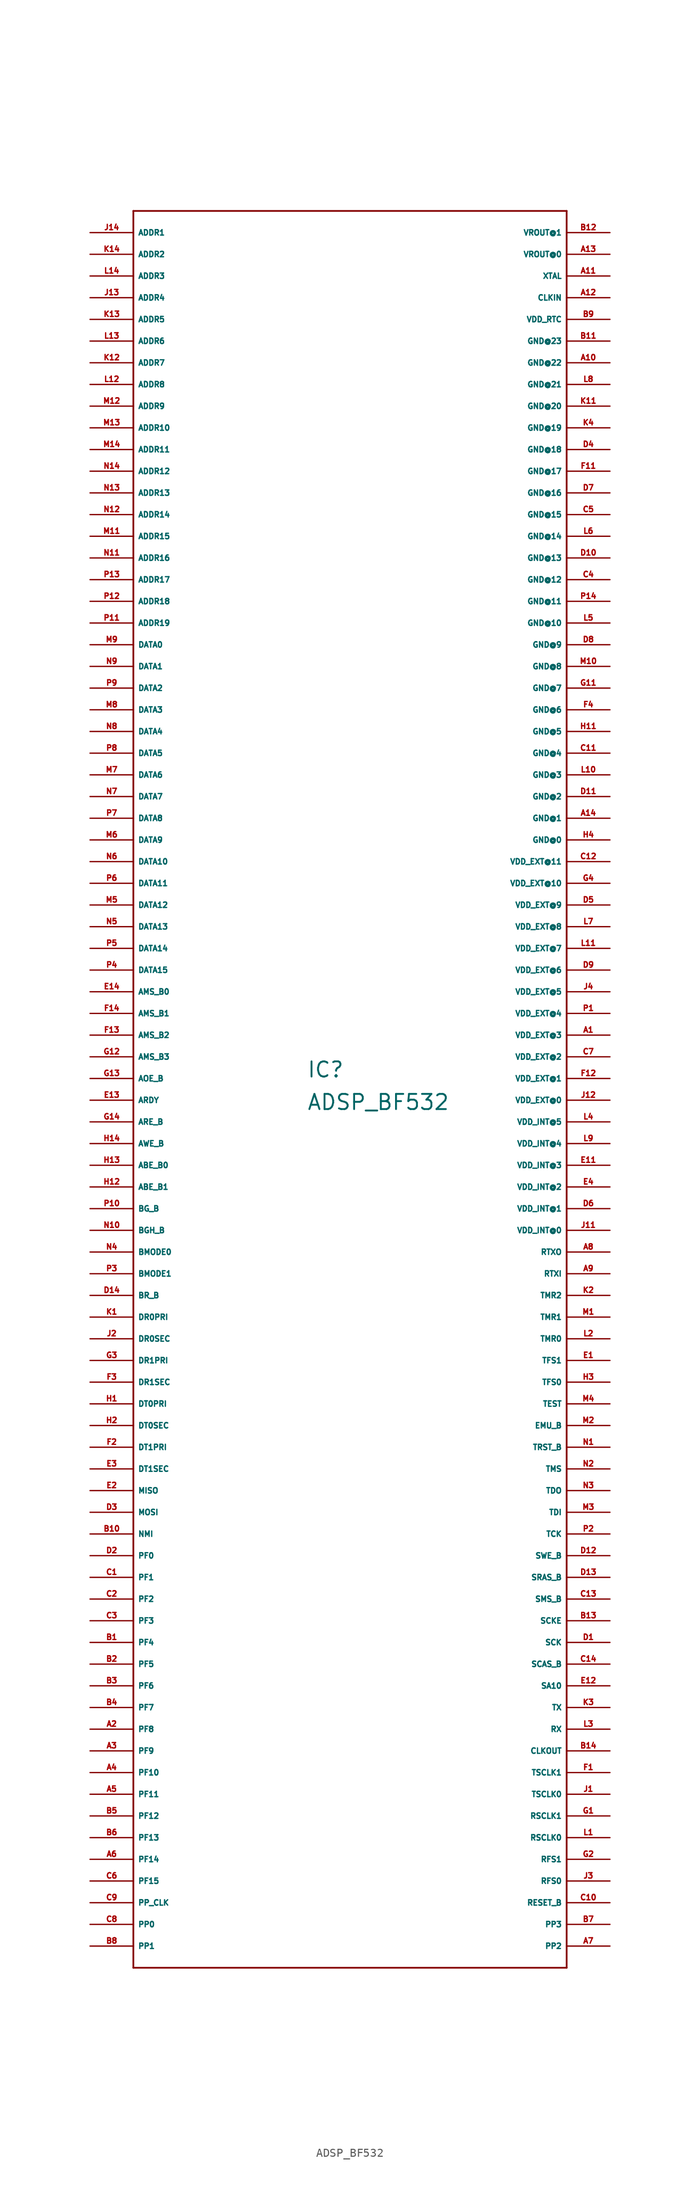
<source format=kicad_sym>
(kicad_symbol_lib
  (version 20220914)
  (generator Eagle2Kicad)
  (symbol "ADSP_BF532"
    (property "Reference" "IC"
      (at 25.4 104.14 0)
      (effects (font (size 1.778 1.778) (thickness 0.22)) (justify left bottom)))
    (property "Value" "ADSP_BF532"
      (at 25.4 100.33 0)
      (effects (font (size 1.778 1.778) (thickness 0.22)) (justify left bottom)))
    (polyline
      (pts (xy 5.08 0) (xy 55.88 0))
      (stroke (width 0.203) (type default))
      (fill (type none)))
    (polyline
      (pts (xy 55.88 0) (xy 55.88 205.74))
      (stroke (width 0.203) (type default))
      (fill (type none)))
    (polyline
      (pts (xy 55.88 205.74) (xy 5.08 205.74))
      (stroke (width 0.203) (type default))
      (fill (type none)))
    (polyline
      (pts (xy 5.08 205.74) (xy 5.08 0))
      (stroke (width 0.203) (type default))
      (fill (type none)))
    (pin output line
      (at 0 203.2 0)
      (length 5.08)
      (name "ADDR1" (effects (font (size 0.635 0.635) (thickness 0.08)) (justify left bottom)))
      (number "J14" (effects (font (size 0.635 0.635) (thickness 0.08)) (justify left bottom))))
    (pin output line
      (at 0 200.66 0)
      (length 5.08)
      (name "ADDR2" (effects (font (size 0.635 0.635) (thickness 0.08)) (justify left bottom)))
      (number "K14" (effects (font (size 0.635 0.635) (thickness 0.08)) (justify left bottom))))
    (pin output line
      (at 0 198.12 0)
      (length 5.08)
      (name "ADDR3" (effects (font (size 0.635 0.635) (thickness 0.08)) (justify left bottom)))
      (number "L14" (effects (font (size 0.635 0.635) (thickness 0.08)) (justify left bottom))))
    (pin output line
      (at 0 195.58 0)
      (length 5.08)
      (name "ADDR4" (effects (font (size 0.635 0.635) (thickness 0.08)) (justify left bottom)))
      (number "J13" (effects (font (size 0.635 0.635) (thickness 0.08)) (justify left bottom))))
    (pin output line
      (at 0 193.04 0)
      (length 5.08)
      (name "ADDR5" (effects (font (size 0.635 0.635) (thickness 0.08)) (justify left bottom)))
      (number "K13" (effects (font (size 0.635 0.635) (thickness 0.08)) (justify left bottom))))
    (pin output line
      (at 0 190.5 0)
      (length 5.08)
      (name "ADDR6" (effects (font (size 0.635 0.635) (thickness 0.08)) (justify left bottom)))
      (number "L13" (effects (font (size 0.635 0.635) (thickness 0.08)) (justify left bottom))))
    (pin output line
      (at 0 187.96 0)
      (length 5.08)
      (name "ADDR7" (effects (font (size 0.635 0.635) (thickness 0.08)) (justify left bottom)))
      (number "K12" (effects (font (size 0.635 0.635) (thickness 0.08)) (justify left bottom))))
    (pin output line
      (at 0 185.42 0)
      (length 5.08)
      (name "ADDR8" (effects (font (size 0.635 0.635) (thickness 0.08)) (justify left bottom)))
      (number "L12" (effects (font (size 0.635 0.635) (thickness 0.08)) (justify left bottom))))
    (pin output line
      (at 0 182.88 0)
      (length 5.08)
      (name "ADDR9" (effects (font (size 0.635 0.635) (thickness 0.08)) (justify left bottom)))
      (number "M12" (effects (font (size 0.635 0.635) (thickness 0.08)) (justify left bottom))))
    (pin output line
      (at 0 180.34 0)
      (length 5.08)
      (name "ADDR10" (effects (font (size 0.635 0.635) (thickness 0.08)) (justify left bottom)))
      (number "M13" (effects (font (size 0.635 0.635) (thickness 0.08)) (justify left bottom))))
    (pin output line
      (at 0 177.8 0)
      (length 5.08)
      (name "ADDR11" (effects (font (size 0.635 0.635) (thickness 0.08)) (justify left bottom)))
      (number "M14" (effects (font (size 0.635 0.635) (thickness 0.08)) (justify left bottom))))
    (pin output line
      (at 0 175.26 0)
      (length 5.08)
      (name "ADDR12" (effects (font (size 0.635 0.635) (thickness 0.08)) (justify left bottom)))
      (number "N14" (effects (font (size 0.635 0.635) (thickness 0.08)) (justify left bottom))))
    (pin output line
      (at 0 172.72 0)
      (length 5.08)
      (name "ADDR13" (effects (font (size 0.635 0.635) (thickness 0.08)) (justify left bottom)))
      (number "N13" (effects (font (size 0.635 0.635) (thickness 0.08)) (justify left bottom))))
    (pin output line
      (at 0 170.18 0)
      (length 5.08)
      (name "ADDR14" (effects (font (size 0.635 0.635) (thickness 0.08)) (justify left bottom)))
      (number "N12" (effects (font (size 0.635 0.635) (thickness 0.08)) (justify left bottom))))
    (pin output line
      (at 0 167.64 0)
      (length 5.08)
      (name "ADDR15" (effects (font (size 0.635 0.635) (thickness 0.08)) (justify left bottom)))
      (number "M11" (effects (font (size 0.635 0.635) (thickness 0.08)) (justify left bottom))))
    (pin output line
      (at 0 165.1 0)
      (length 5.08)
      (name "ADDR16" (effects (font (size 0.635 0.635) (thickness 0.08)) (justify left bottom)))
      (number "N11" (effects (font (size 0.635 0.635) (thickness 0.08)) (justify left bottom))))
    (pin output line
      (at 0 162.56 0)
      (length 5.08)
      (name "ADDR17" (effects (font (size 0.635 0.635) (thickness 0.08)) (justify left bottom)))
      (number "P13" (effects (font (size 0.635 0.635) (thickness 0.08)) (justify left bottom))))
    (pin output line
      (at 0 160.02 0)
      (length 5.08)
      (name "ADDR18" (effects (font (size 0.635 0.635) (thickness 0.08)) (justify left bottom)))
      (number "P12" (effects (font (size 0.635 0.635) (thickness 0.08)) (justify left bottom))))
    (pin output line
      (at 0 157.48 0)
      (length 5.08)
      (name "ADDR19" (effects (font (size 0.635 0.635) (thickness 0.08)) (justify left bottom)))
      (number "P11" (effects (font (size 0.635 0.635) (thickness 0.08)) (justify left bottom))))
    (pin bidirectional line
      (at 0 154.94 0)
      (length 5.08)
      (name "DATA0" (effects (font (size 0.635 0.635) (thickness 0.08)) (justify left bottom)))
      (number "M9" (effects (font (size 0.635 0.635) (thickness 0.08)) (justify left bottom))))
    (pin bidirectional line
      (at 0 152.4 0)
      (length 5.08)
      (name "DATA1" (effects (font (size 0.635 0.635) (thickness 0.08)) (justify left bottom)))
      (number "N9" (effects (font (size 0.635 0.635) (thickness 0.08)) (justify left bottom))))
    (pin bidirectional line
      (at 0 149.86 0)
      (length 5.08)
      (name "DATA2" (effects (font (size 0.635 0.635) (thickness 0.08)) (justify left bottom)))
      (number "P9" (effects (font (size 0.635 0.635) (thickness 0.08)) (justify left bottom))))
    (pin bidirectional line
      (at 0 147.32 0)
      (length 5.08)
      (name "DATA3" (effects (font (size 0.635 0.635) (thickness 0.08)) (justify left bottom)))
      (number "M8" (effects (font (size 0.635 0.635) (thickness 0.08)) (justify left bottom))))
    (pin bidirectional line
      (at 0 144.78 0)
      (length 5.08)
      (name "DATA4" (effects (font (size 0.635 0.635) (thickness 0.08)) (justify left bottom)))
      (number "N8" (effects (font (size 0.635 0.635) (thickness 0.08)) (justify left bottom))))
    (pin bidirectional line
      (at 0 142.24 0)
      (length 5.08)
      (name "DATA5" (effects (font (size 0.635 0.635) (thickness 0.08)) (justify left bottom)))
      (number "P8" (effects (font (size 0.635 0.635) (thickness 0.08)) (justify left bottom))))
    (pin bidirectional line
      (at 0 139.7 0)
      (length 5.08)
      (name "DATA6" (effects (font (size 0.635 0.635) (thickness 0.08)) (justify left bottom)))
      (number "M7" (effects (font (size 0.635 0.635) (thickness 0.08)) (justify left bottom))))
    (pin bidirectional line
      (at 0 137.16 0)
      (length 5.08)
      (name "DATA7" (effects (font (size 0.635 0.635) (thickness 0.08)) (justify left bottom)))
      (number "N7" (effects (font (size 0.635 0.635) (thickness 0.08)) (justify left bottom))))
    (pin bidirectional line
      (at 0 134.62 0)
      (length 5.08)
      (name "DATA8" (effects (font (size 0.635 0.635) (thickness 0.08)) (justify left bottom)))
      (number "P7" (effects (font (size 0.635 0.635) (thickness 0.08)) (justify left bottom))))
    (pin bidirectional line
      (at 0 132.08 0)
      (length 5.08)
      (name "DATA9" (effects (font (size 0.635 0.635) (thickness 0.08)) (justify left bottom)))
      (number "M6" (effects (font (size 0.635 0.635) (thickness 0.08)) (justify left bottom))))
    (pin bidirectional line
      (at 0 129.54 0)
      (length 5.08)
      (name "DATA10" (effects (font (size 0.635 0.635) (thickness 0.08)) (justify left bottom)))
      (number "N6" (effects (font (size 0.635 0.635) (thickness 0.08)) (justify left bottom))))
    (pin bidirectional line
      (at 0 127 0)
      (length 5.08)
      (name "DATA11" (effects (font (size 0.635 0.635) (thickness 0.08)) (justify left bottom)))
      (number "P6" (effects (font (size 0.635 0.635) (thickness 0.08)) (justify left bottom))))
    (pin bidirectional line
      (at 0 124.46 0)
      (length 5.08)
      (name "DATA12" (effects (font (size 0.635 0.635) (thickness 0.08)) (justify left bottom)))
      (number "M5" (effects (font (size 0.635 0.635) (thickness 0.08)) (justify left bottom))))
    (pin bidirectional line
      (at 0 121.92 0)
      (length 5.08)
      (name "DATA13" (effects (font (size 0.635 0.635) (thickness 0.08)) (justify left bottom)))
      (number "N5" (effects (font (size 0.635 0.635) (thickness 0.08)) (justify left bottom))))
    (pin bidirectional line
      (at 0 119.38 0)
      (length 5.08)
      (name "DATA14" (effects (font (size 0.635 0.635) (thickness 0.08)) (justify left bottom)))
      (number "P5" (effects (font (size 0.635 0.635) (thickness 0.08)) (justify left bottom))))
    (pin bidirectional line
      (at 0 116.84 0)
      (length 5.08)
      (name "DATA15" (effects (font (size 0.635 0.635) (thickness 0.08)) (justify left bottom)))
      (number "P4" (effects (font (size 0.635 0.635) (thickness 0.08)) (justify left bottom))))
    (pin output line
      (at 0 114.3 0)
      (length 5.08)
      (name "AMS_B0" (effects (font (size 0.635 0.635) (thickness 0.08)) (justify left bottom)))
      (number "E14" (effects (font (size 0.635 0.635) (thickness 0.08)) (justify left bottom))))
    (pin output line
      (at 0 111.76 0)
      (length 5.08)
      (name "AMS_B1" (effects (font (size 0.635 0.635) (thickness 0.08)) (justify left bottom)))
      (number "F14" (effects (font (size 0.635 0.635) (thickness 0.08)) (justify left bottom))))
    (pin output line
      (at 0 109.22 0)
      (length 5.08)
      (name "AMS_B2" (effects (font (size 0.635 0.635) (thickness 0.08)) (justify left bottom)))
      (number "F13" (effects (font (size 0.635 0.635) (thickness 0.08)) (justify left bottom))))
    (pin output line
      (at 0 106.68 0)
      (length 5.08)
      (name "AMS_B3" (effects (font (size 0.635 0.635) (thickness 0.08)) (justify left bottom)))
      (number "G12" (effects (font (size 0.635 0.635) (thickness 0.08)) (justify left bottom))))
    (pin output line
      (at 0 104.14 0)
      (length 5.08)
      (name "AOE_B" (effects (font (size 0.635 0.635) (thickness 0.08)) (justify left bottom)))
      (number "G13" (effects (font (size 0.635 0.635) (thickness 0.08)) (justify left bottom))))
    (pin input line
      (at 0 101.6 0)
      (length 5.08)
      (name "ARDY" (effects (font (size 0.635 0.635) (thickness 0.08)) (justify left bottom)))
      (number "E13" (effects (font (size 0.635 0.635) (thickness 0.08)) (justify left bottom))))
    (pin output line
      (at 0 99.06 0)
      (length 5.08)
      (name "ARE_B" (effects (font (size 0.635 0.635) (thickness 0.08)) (justify left bottom)))
      (number "G14" (effects (font (size 0.635 0.635) (thickness 0.08)) (justify left bottom))))
    (pin output line
      (at 0 96.52 0)
      (length 5.08)
      (name "AWE_B" (effects (font (size 0.635 0.635) (thickness 0.08)) (justify left bottom)))
      (number "H14" (effects (font (size 0.635 0.635) (thickness 0.08)) (justify left bottom))))
    (pin output line
      (at 0 93.98 0)
      (length 5.08)
      (name "ABE_B0" (effects (font (size 0.635 0.635) (thickness 0.08)) (justify left bottom)))
      (number "H13" (effects (font (size 0.635 0.635) (thickness 0.08)) (justify left bottom))))
    (pin output line
      (at 0 91.44 0)
      (length 5.08)
      (name "ABE_B1" (effects (font (size 0.635 0.635) (thickness 0.08)) (justify left bottom)))
      (number "H12" (effects (font (size 0.635 0.635) (thickness 0.08)) (justify left bottom))))
    (pin tri_state line
      (at 0 88.9 0)
      (length 5.08)
      (name "BG_B" (effects (font (size 0.635 0.635) (thickness 0.08)) (justify left bottom)))
      (number "P10" (effects (font (size 0.635 0.635) (thickness 0.08)) (justify left bottom))))
    (pin tri_state line
      (at 0 86.36 0)
      (length 5.08)
      (name "BGH_B" (effects (font (size 0.635 0.635) (thickness 0.08)) (justify left bottom)))
      (number "N10" (effects (font (size 0.635 0.635) (thickness 0.08)) (justify left bottom))))
    (pin input line
      (at 0 83.82 0)
      (length 5.08)
      (name "BMODE0" (effects (font (size 0.635 0.635) (thickness 0.08)) (justify left bottom)))
      (number "N4" (effects (font (size 0.635 0.635) (thickness 0.08)) (justify left bottom))))
    (pin input line
      (at 0 81.28 0)
      (length 5.08)
      (name "BMODE1" (effects (font (size 0.635 0.635) (thickness 0.08)) (justify left bottom)))
      (number "P3" (effects (font (size 0.635 0.635) (thickness 0.08)) (justify left bottom))))
    (pin input line
      (at 0 78.74 0)
      (length 5.08)
      (name "BR_B" (effects (font (size 0.635 0.635) (thickness 0.08)) (justify left bottom)))
      (number "D14" (effects (font (size 0.635 0.635) (thickness 0.08)) (justify left bottom))))
    (pin input line
      (at 0 76.2 0)
      (length 5.08)
      (name "DR0PRI" (effects (font (size 0.635 0.635) (thickness 0.08)) (justify left bottom)))
      (number "K1" (effects (font (size 0.635 0.635) (thickness 0.08)) (justify left bottom))))
    (pin input line
      (at 0 73.66 0)
      (length 5.08)
      (name "DR0SEC" (effects (font (size 0.635 0.635) (thickness 0.08)) (justify left bottom)))
      (number "J2" (effects (font (size 0.635 0.635) (thickness 0.08)) (justify left bottom))))
    (pin input line
      (at 0 71.12 0)
      (length 5.08)
      (name "DR1PRI" (effects (font (size 0.635 0.635) (thickness 0.08)) (justify left bottom)))
      (number "G3" (effects (font (size 0.635 0.635) (thickness 0.08)) (justify left bottom))))
    (pin input line
      (at 0 68.58 0)
      (length 5.08)
      (name "DR1SEC" (effects (font (size 0.635 0.635) (thickness 0.08)) (justify left bottom)))
      (number "F3" (effects (font (size 0.635 0.635) (thickness 0.08)) (justify left bottom))))
    (pin output line
      (at 0 66.04 0)
      (length 5.08)
      (name "DT0PRI" (effects (font (size 0.635 0.635) (thickness 0.08)) (justify left bottom)))
      (number "H1" (effects (font (size 0.635 0.635) (thickness 0.08)) (justify left bottom))))
    (pin output line
      (at 0 63.5 0)
      (length 5.08)
      (name "DT0SEC" (effects (font (size 0.635 0.635) (thickness 0.08)) (justify left bottom)))
      (number "H2" (effects (font (size 0.635 0.635) (thickness 0.08)) (justify left bottom))))
    (pin output line
      (at 0 60.96 0)
      (length 5.08)
      (name "DT1PRI" (effects (font (size 0.635 0.635) (thickness 0.08)) (justify left bottom)))
      (number "F2" (effects (font (size 0.635 0.635) (thickness 0.08)) (justify left bottom))))
    (pin output line
      (at 0 58.42 0)
      (length 5.08)
      (name "DT1SEC" (effects (font (size 0.635 0.635) (thickness 0.08)) (justify left bottom)))
      (number "E3" (effects (font (size 0.635 0.635) (thickness 0.08)) (justify left bottom))))
    (pin bidirectional line
      (at 0 55.88 0)
      (length 5.08)
      (name "MISO" (effects (font (size 0.635 0.635) (thickness 0.08)) (justify left bottom)))
      (number "E2" (effects (font (size 0.635 0.635) (thickness 0.08)) (justify left bottom))))
    (pin bidirectional line
      (at 0 53.34 0)
      (length 5.08)
      (name "MOSI" (effects (font (size 0.635 0.635) (thickness 0.08)) (justify left bottom)))
      (number "D3" (effects (font (size 0.635 0.635) (thickness 0.08)) (justify left bottom))))
    (pin input line
      (at 0 50.8 0)
      (length 5.08)
      (name "NMI" (effects (font (size 0.635 0.635) (thickness 0.08)) (justify left bottom)))
      (number "B10" (effects (font (size 0.635 0.635) (thickness 0.08)) (justify left bottom))))
    (pin bidirectional line
      (at 0 48.26 0)
      (length 5.08)
      (name "PF0" (effects (font (size 0.635 0.635) (thickness 0.08)) (justify left bottom)))
      (number "D2" (effects (font (size 0.635 0.635) (thickness 0.08)) (justify left bottom))))
    (pin bidirectional line
      (at 0 45.72 0)
      (length 5.08)
      (name "PF1" (effects (font (size 0.635 0.635) (thickness 0.08)) (justify left bottom)))
      (number "C1" (effects (font (size 0.635 0.635) (thickness 0.08)) (justify left bottom))))
    (pin bidirectional line
      (at 0 43.18 0)
      (length 5.08)
      (name "PF2" (effects (font (size 0.635 0.635) (thickness 0.08)) (justify left bottom)))
      (number "C2" (effects (font (size 0.635 0.635) (thickness 0.08)) (justify left bottom))))
    (pin bidirectional line
      (at 0 40.64 0)
      (length 5.08)
      (name "PF3" (effects (font (size 0.635 0.635) (thickness 0.08)) (justify left bottom)))
      (number "C3" (effects (font (size 0.635 0.635) (thickness 0.08)) (justify left bottom))))
    (pin bidirectional line
      (at 0 38.1 0)
      (length 5.08)
      (name "PF4" (effects (font (size 0.635 0.635) (thickness 0.08)) (justify left bottom)))
      (number "B1" (effects (font (size 0.635 0.635) (thickness 0.08)) (justify left bottom))))
    (pin bidirectional line
      (at 0 35.56 0)
      (length 5.08)
      (name "PF5" (effects (font (size 0.635 0.635) (thickness 0.08)) (justify left bottom)))
      (number "B2" (effects (font (size 0.635 0.635) (thickness 0.08)) (justify left bottom))))
    (pin bidirectional line
      (at 0 33.02 0)
      (length 5.08)
      (name "PF6" (effects (font (size 0.635 0.635) (thickness 0.08)) (justify left bottom)))
      (number "B3" (effects (font (size 0.635 0.635) (thickness 0.08)) (justify left bottom))))
    (pin bidirectional line
      (at 0 30.48 0)
      (length 5.08)
      (name "PF7" (effects (font (size 0.635 0.635) (thickness 0.08)) (justify left bottom)))
      (number "B4" (effects (font (size 0.635 0.635) (thickness 0.08)) (justify left bottom))))
    (pin bidirectional line
      (at 0 27.94 0)
      (length 5.08)
      (name "PF8" (effects (font (size 0.635 0.635) (thickness 0.08)) (justify left bottom)))
      (number "A2" (effects (font (size 0.635 0.635) (thickness 0.08)) (justify left bottom))))
    (pin bidirectional line
      (at 0 25.4 0)
      (length 5.08)
      (name "PF9" (effects (font (size 0.635 0.635) (thickness 0.08)) (justify left bottom)))
      (number "A3" (effects (font (size 0.635 0.635) (thickness 0.08)) (justify left bottom))))
    (pin bidirectional line
      (at 0 22.86 0)
      (length 5.08)
      (name "PF10" (effects (font (size 0.635 0.635) (thickness 0.08)) (justify left bottom)))
      (number "A4" (effects (font (size 0.635 0.635) (thickness 0.08)) (justify left bottom))))
    (pin bidirectional line
      (at 0 20.32 0)
      (length 5.08)
      (name "PF11" (effects (font (size 0.635 0.635) (thickness 0.08)) (justify left bottom)))
      (number "A5" (effects (font (size 0.635 0.635) (thickness 0.08)) (justify left bottom))))
    (pin bidirectional line
      (at 0 17.78 0)
      (length 5.08)
      (name "PF12" (effects (font (size 0.635 0.635) (thickness 0.08)) (justify left bottom)))
      (number "B5" (effects (font (size 0.635 0.635) (thickness 0.08)) (justify left bottom))))
    (pin bidirectional line
      (at 0 15.24 0)
      (length 5.08)
      (name "PF13" (effects (font (size 0.635 0.635) (thickness 0.08)) (justify left bottom)))
      (number "B6" (effects (font (size 0.635 0.635) (thickness 0.08)) (justify left bottom))))
    (pin bidirectional line
      (at 0 12.7 0)
      (length 5.08)
      (name "PF14" (effects (font (size 0.635 0.635) (thickness 0.08)) (justify left bottom)))
      (number "A6" (effects (font (size 0.635 0.635) (thickness 0.08)) (justify left bottom))))
    (pin bidirectional line
      (at 0 10.16 0)
      (length 5.08)
      (name "PF15" (effects (font (size 0.635 0.635) (thickness 0.08)) (justify left bottom)))
      (number "C6" (effects (font (size 0.635 0.635) (thickness 0.08)) (justify left bottom))))
    (pin input line
      (at 0 7.62 0)
      (length 5.08)
      (name "PP_CLK" (effects (font (size 0.635 0.635) (thickness 0.08)) (justify left bottom)))
      (number "C9" (effects (font (size 0.635 0.635) (thickness 0.08)) (justify left bottom))))
    (pin bidirectional line
      (at 0 5.08 0)
      (length 5.08)
      (name "PP0" (effects (font (size 0.635 0.635) (thickness 0.08)) (justify left bottom)))
      (number "C8" (effects (font (size 0.635 0.635) (thickness 0.08)) (justify left bottom))))
    (pin bidirectional line
      (at 0 2.54 0)
      (length 5.08)
      (name "PP1" (effects (font (size 0.635 0.635) (thickness 0.08)) (justify left bottom)))
      (number "B8" (effects (font (size 0.635 0.635) (thickness 0.08)) (justify left bottom))))
    (pin bidirectional line
      (at 60.96 2.54 180)
      (length 5.08)
      (name "PP2" (effects (font (size 0.635 0.635) (thickness 0.08)) (justify left bottom)))
      (number "A7" (effects (font (size 0.635 0.635) (thickness 0.08)) (justify left bottom))))
    (pin bidirectional line
      (at 60.96 5.08 180)
      (length 5.08)
      (name "PP3" (effects (font (size 0.635 0.635) (thickness 0.08)) (justify left bottom)))
      (number "B7" (effects (font (size 0.635 0.635) (thickness 0.08)) (justify left bottom))))
    (pin input line
      (at 60.96 7.62 180)
      (length 5.08)
      (name "RESET_B" (effects (font (size 0.635 0.635) (thickness 0.08)) (justify left bottom)))
      (number "C10" (effects (font (size 0.635 0.635) (thickness 0.08)) (justify left bottom))))
    (pin bidirectional line
      (at 60.96 10.16 180)
      (length 5.08)
      (name "RFS0" (effects (font (size 0.635 0.635) (thickness 0.08)) (justify left bottom)))
      (number "J3" (effects (font (size 0.635 0.635) (thickness 0.08)) (justify left bottom))))
    (pin bidirectional line
      (at 60.96 12.7 180)
      (length 5.08)
      (name "RFS1" (effects (font (size 0.635 0.635) (thickness 0.08)) (justify left bottom)))
      (number "G2" (effects (font (size 0.635 0.635) (thickness 0.08)) (justify left bottom))))
    (pin bidirectional line
      (at 60.96 15.24 180)
      (length 5.08)
      (name "RSCLK0" (effects (font (size 0.635 0.635) (thickness 0.08)) (justify left bottom)))
      (number "L1" (effects (font (size 0.635 0.635) (thickness 0.08)) (justify left bottom))))
    (pin bidirectional line
      (at 60.96 17.78 180)
      (length 5.08)
      (name "RSCLK1" (effects (font (size 0.635 0.635) (thickness 0.08)) (justify left bottom)))
      (number "G1" (effects (font (size 0.635 0.635) (thickness 0.08)) (justify left bottom))))
    (pin bidirectional line
      (at 60.96 20.32 180)
      (length 5.08)
      (name "TSCLK0" (effects (font (size 0.635 0.635) (thickness 0.08)) (justify left bottom)))
      (number "J1" (effects (font (size 0.635 0.635) (thickness 0.08)) (justify left bottom))))
    (pin bidirectional line
      (at 60.96 22.86 180)
      (length 5.08)
      (name "TSCLK1" (effects (font (size 0.635 0.635) (thickness 0.08)) (justify left bottom)))
      (number "F1" (effects (font (size 0.635 0.635) (thickness 0.08)) (justify left bottom))))
    (pin output line
      (at 60.96 25.4 180)
      (length 5.08)
      (name "CLKOUT" (effects (font (size 0.635 0.635) (thickness 0.08)) (justify left bottom)))
      (number "B14" (effects (font (size 0.635 0.635) (thickness 0.08)) (justify left bottom))))
    (pin input line
      (at 60.96 27.94 180)
      (length 5.08)
      (name "RX" (effects (font (size 0.635 0.635) (thickness 0.08)) (justify left bottom)))
      (number "L3" (effects (font (size 0.635 0.635) (thickness 0.08)) (justify left bottom))))
    (pin tri_state line
      (at 60.96 30.48 180)
      (length 5.08)
      (name "TX" (effects (font (size 0.635 0.635) (thickness 0.08)) (justify left bottom)))
      (number "K3" (effects (font (size 0.635 0.635) (thickness 0.08)) (justify left bottom))))
    (pin output line
      (at 60.96 33.02 180)
      (length 5.08)
      (name "SA10" (effects (font (size 0.635 0.635) (thickness 0.08)) (justify left bottom)))
      (number "E12" (effects (font (size 0.635 0.635) (thickness 0.08)) (justify left bottom))))
    (pin output line
      (at 60.96 35.56 180)
      (length 5.08)
      (name "SCAS_B" (effects (font (size 0.635 0.635) (thickness 0.08)) (justify left bottom)))
      (number "C14" (effects (font (size 0.635 0.635) (thickness 0.08)) (justify left bottom))))
    (pin bidirectional line
      (at 60.96 38.1 180)
      (length 5.08)
      (name "SCK" (effects (font (size 0.635 0.635) (thickness 0.08)) (justify left bottom)))
      (number "D1" (effects (font (size 0.635 0.635) (thickness 0.08)) (justify left bottom))))
    (pin output line
      (at 60.96 40.64 180)
      (length 5.08)
      (name "SCKE" (effects (font (size 0.635 0.635) (thickness 0.08)) (justify left bottom)))
      (number "B13" (effects (font (size 0.635 0.635) (thickness 0.08)) (justify left bottom))))
    (pin output line
      (at 60.96 43.18 180)
      (length 5.08)
      (name "SMS_B" (effects (font (size 0.635 0.635) (thickness 0.08)) (justify left bottom)))
      (number "C13" (effects (font (size 0.635 0.635) (thickness 0.08)) (justify left bottom))))
    (pin output line
      (at 60.96 45.72 180)
      (length 5.08)
      (name "SRAS_B" (effects (font (size 0.635 0.635) (thickness 0.08)) (justify left bottom)))
      (number "D13" (effects (font (size 0.635 0.635) (thickness 0.08)) (justify left bottom))))
    (pin output line
      (at 60.96 48.26 180)
      (length 5.08)
      (name "SWE_B" (effects (font (size 0.635 0.635) (thickness 0.08)) (justify left bottom)))
      (number "D12" (effects (font (size 0.635 0.635) (thickness 0.08)) (justify left bottom))))
    (pin input line
      (at 60.96 50.8 180)
      (length 5.08)
      (name "TCK" (effects (font (size 0.635 0.635) (thickness 0.08)) (justify left bottom)))
      (number "P2" (effects (font (size 0.635 0.635) (thickness 0.08)) (justify left bottom))))
    (pin input line
      (at 60.96 53.34 180)
      (length 5.08)
      (name "TDI" (effects (font (size 0.635 0.635) (thickness 0.08)) (justify left bottom)))
      (number "M3" (effects (font (size 0.635 0.635) (thickness 0.08)) (justify left bottom))))
    (pin output line
      (at 60.96 55.88 180)
      (length 5.08)
      (name "TDO" (effects (font (size 0.635 0.635) (thickness 0.08)) (justify left bottom)))
      (number "N3" (effects (font (size 0.635 0.635) (thickness 0.08)) (justify left bottom))))
    (pin input line
      (at 60.96 58.42 180)
      (length 5.08)
      (name "TMS" (effects (font (size 0.635 0.635) (thickness 0.08)) (justify left bottom)))
      (number "N2" (effects (font (size 0.635 0.635) (thickness 0.08)) (justify left bottom))))
    (pin input line
      (at 60.96 60.96 180)
      (length 5.08)
      (name "TRST_B" (effects (font (size 0.635 0.635) (thickness 0.08)) (justify left bottom)))
      (number "N1" (effects (font (size 0.635 0.635) (thickness 0.08)) (justify left bottom))))
    (pin unspecified line
      (at 60.96 63.5 180)
      (length 5.08)
      (name "EMU_B" (effects (font (size 0.635 0.635) (thickness 0.08)) (justify left bottom)))
      (number "M2" (effects (font (size 0.635 0.635) (thickness 0.08)) (justify left bottom))))
    (pin input line
      (at 60.96 66.04 180)
      (length 5.08)
      (name "TEST" (effects (font (size 0.635 0.635) (thickness 0.08)) (justify left bottom)))
      (number "M4" (effects (font (size 0.635 0.635) (thickness 0.08)) (justify left bottom))))
    (pin bidirectional line
      (at 60.96 68.58 180)
      (length 5.08)
      (name "TFS0" (effects (font (size 0.635 0.635) (thickness 0.08)) (justify left bottom)))
      (number "H3" (effects (font (size 0.635 0.635) (thickness 0.08)) (justify left bottom))))
    (pin bidirectional line
      (at 60.96 71.12 180)
      (length 5.08)
      (name "TFS1" (effects (font (size 0.635 0.635) (thickness 0.08)) (justify left bottom)))
      (number "E1" (effects (font (size 0.635 0.635) (thickness 0.08)) (justify left bottom))))
    (pin bidirectional line
      (at 60.96 73.66 180)
      (length 5.08)
      (name "TMR0" (effects (font (size 0.635 0.635) (thickness 0.08)) (justify left bottom)))
      (number "L2" (effects (font (size 0.635 0.635) (thickness 0.08)) (justify left bottom))))
    (pin bidirectional line
      (at 60.96 76.2 180)
      (length 5.08)
      (name "TMR1" (effects (font (size 0.635 0.635) (thickness 0.08)) (justify left bottom)))
      (number "M1" (effects (font (size 0.635 0.635) (thickness 0.08)) (justify left bottom))))
    (pin bidirectional line
      (at 60.96 78.74 180)
      (length 5.08)
      (name "TMR2" (effects (font (size 0.635 0.635) (thickness 0.08)) (justify left bottom)))
      (number "K2" (effects (font (size 0.635 0.635) (thickness 0.08)) (justify left bottom))))
    (pin unspecified line
      (at 60.96 81.28 180)
      (length 5.08)
      (name "RTXI" (effects (font (size 0.635 0.635) (thickness 0.08)) (justify left bottom)))
      (number "A9" (effects (font (size 0.635 0.635) (thickness 0.08)) (justify left bottom))))
    (pin unspecified line
      (at 60.96 83.82 180)
      (length 5.08)
      (name "RTXO" (effects (font (size 0.635 0.635) (thickness 0.08)) (justify left bottom)))
      (number "A8" (effects (font (size 0.635 0.635) (thickness 0.08)) (justify left bottom))))
    (pin unspecified line
      (at 60.96 86.36 180)
      (length 5.08)
      (name "VDD_INT@0" (effects (font (size 0.635 0.635) (thickness 0.08)) (justify left bottom)))
      (number "J11" (effects (font (size 0.635 0.635) (thickness 0.08)) (justify left bottom))))
    (pin unspecified line
      (at 60.96 88.9 180)
      (length 5.08)
      (name "VDD_INT@1" (effects (font (size 0.635 0.635) (thickness 0.08)) (justify left bottom)))
      (number "D6" (effects (font (size 0.635 0.635) (thickness 0.08)) (justify left bottom))))
    (pin unspecified line
      (at 60.96 91.44 180)
      (length 5.08)
      (name "VDD_INT@2" (effects (font (size 0.635 0.635) (thickness 0.08)) (justify left bottom)))
      (number "E4" (effects (font (size 0.635 0.635) (thickness 0.08)) (justify left bottom))))
    (pin unspecified line
      (at 60.96 93.98 180)
      (length 5.08)
      (name "VDD_INT@3" (effects (font (size 0.635 0.635) (thickness 0.08)) (justify left bottom)))
      (number "E11" (effects (font (size 0.635 0.635) (thickness 0.08)) (justify left bottom))))
    (pin unspecified line
      (at 60.96 96.52 180)
      (length 5.08)
      (name "VDD_INT@4" (effects (font (size 0.635 0.635) (thickness 0.08)) (justify left bottom)))
      (number "L9" (effects (font (size 0.635 0.635) (thickness 0.08)) (justify left bottom))))
    (pin unspecified line
      (at 60.96 99.06 180)
      (length 5.08)
      (name "VDD_INT@5" (effects (font (size 0.635 0.635) (thickness 0.08)) (justify left bottom)))
      (number "L4" (effects (font (size 0.635 0.635) (thickness 0.08)) (justify left bottom))))
    (pin unspecified line
      (at 60.96 101.6 180)
      (length 5.08)
      (name "VDD_EXT@0" (effects (font (size 0.635 0.635) (thickness 0.08)) (justify left bottom)))
      (number "J12" (effects (font (size 0.635 0.635) (thickness 0.08)) (justify left bottom))))
    (pin unspecified line
      (at 60.96 104.14 180)
      (length 5.08)
      (name "VDD_EXT@1" (effects (font (size 0.635 0.635) (thickness 0.08)) (justify left bottom)))
      (number "F12" (effects (font (size 0.635 0.635) (thickness 0.08)) (justify left bottom))))
    (pin unspecified line
      (at 60.96 106.68 180)
      (length 5.08)
      (name "VDD_EXT@2" (effects (font (size 0.635 0.635) (thickness 0.08)) (justify left bottom)))
      (number "C7" (effects (font (size 0.635 0.635) (thickness 0.08)) (justify left bottom))))
    (pin unspecified line
      (at 60.96 109.22 180)
      (length 5.08)
      (name "VDD_EXT@3" (effects (font (size 0.635 0.635) (thickness 0.08)) (justify left bottom)))
      (number "A1" (effects (font (size 0.635 0.635) (thickness 0.08)) (justify left bottom))))
    (pin unspecified line
      (at 60.96 111.76 180)
      (length 5.08)
      (name "VDD_EXT@4" (effects (font (size 0.635 0.635) (thickness 0.08)) (justify left bottom)))
      (number "P1" (effects (font (size 0.635 0.635) (thickness 0.08)) (justify left bottom))))
    (pin unspecified line
      (at 60.96 114.3 180)
      (length 5.08)
      (name "VDD_EXT@5" (effects (font (size 0.635 0.635) (thickness 0.08)) (justify left bottom)))
      (number "J4" (effects (font (size 0.635 0.635) (thickness 0.08)) (justify left bottom))))
    (pin unspecified line
      (at 60.96 116.84 180)
      (length 5.08)
      (name "VDD_EXT@6" (effects (font (size 0.635 0.635) (thickness 0.08)) (justify left bottom)))
      (number "D9" (effects (font (size 0.635 0.635) (thickness 0.08)) (justify left bottom))))
    (pin unspecified line
      (at 60.96 119.38 180)
      (length 5.08)
      (name "VDD_EXT@7" (effects (font (size 0.635 0.635) (thickness 0.08)) (justify left bottom)))
      (number "L11" (effects (font (size 0.635 0.635) (thickness 0.08)) (justify left bottom))))
    (pin unspecified line
      (at 60.96 121.92 180)
      (length 5.08)
      (name "VDD_EXT@8" (effects (font (size 0.635 0.635) (thickness 0.08)) (justify left bottom)))
      (number "L7" (effects (font (size 0.635 0.635) (thickness 0.08)) (justify left bottom))))
    (pin unspecified line
      (at 60.96 124.46 180)
      (length 5.08)
      (name "VDD_EXT@9" (effects (font (size 0.635 0.635) (thickness 0.08)) (justify left bottom)))
      (number "D5" (effects (font (size 0.635 0.635) (thickness 0.08)) (justify left bottom))))
    (pin unspecified line
      (at 60.96 127 180)
      (length 5.08)
      (name "VDD_EXT@10" (effects (font (size 0.635 0.635) (thickness 0.08)) (justify left bottom)))
      (number "G4" (effects (font (size 0.635 0.635) (thickness 0.08)) (justify left bottom))))
    (pin unspecified line
      (at 60.96 129.54 180)
      (length 5.08)
      (name "VDD_EXT@11" (effects (font (size 0.635 0.635) (thickness 0.08)) (justify left bottom)))
      (number "C12" (effects (font (size 0.635 0.635) (thickness 0.08)) (justify left bottom))))
    (pin unspecified line
      (at 60.96 132.08 180)
      (length 5.08)
      (name "GND@0" (effects (font (size 0.635 0.635) (thickness 0.08)) (justify left bottom)))
      (number "H4" (effects (font (size 0.635 0.635) (thickness 0.08)) (justify left bottom))))
    (pin unspecified line
      (at 60.96 134.62 180)
      (length 5.08)
      (name "GND@1" (effects (font (size 0.635 0.635) (thickness 0.08)) (justify left bottom)))
      (number "A14" (effects (font (size 0.635 0.635) (thickness 0.08)) (justify left bottom))))
    (pin unspecified line
      (at 60.96 137.16 180)
      (length 5.08)
      (name "GND@2" (effects (font (size 0.635 0.635) (thickness 0.08)) (justify left bottom)))
      (number "D11" (effects (font (size 0.635 0.635) (thickness 0.08)) (justify left bottom))))
    (pin unspecified line
      (at 60.96 139.7 180)
      (length 5.08)
      (name "GND@3" (effects (font (size 0.635 0.635) (thickness 0.08)) (justify left bottom)))
      (number "L10" (effects (font (size 0.635 0.635) (thickness 0.08)) (justify left bottom))))
    (pin unspecified line
      (at 60.96 142.24 180)
      (length 5.08)
      (name "GND@4" (effects (font (size 0.635 0.635) (thickness 0.08)) (justify left bottom)))
      (number "C11" (effects (font (size 0.635 0.635) (thickness 0.08)) (justify left bottom))))
    (pin unspecified line
      (at 60.96 144.78 180)
      (length 5.08)
      (name "GND@5" (effects (font (size 0.635 0.635) (thickness 0.08)) (justify left bottom)))
      (number "H11" (effects (font (size 0.635 0.635) (thickness 0.08)) (justify left bottom))))
    (pin unspecified line
      (at 60.96 147.32 180)
      (length 5.08)
      (name "GND@6" (effects (font (size 0.635 0.635) (thickness 0.08)) (justify left bottom)))
      (number "F4" (effects (font (size 0.635 0.635) (thickness 0.08)) (justify left bottom))))
    (pin unspecified line
      (at 60.96 149.86 180)
      (length 5.08)
      (name "GND@7" (effects (font (size 0.635 0.635) (thickness 0.08)) (justify left bottom)))
      (number "G11" (effects (font (size 0.635 0.635) (thickness 0.08)) (justify left bottom))))
    (pin unspecified line
      (at 60.96 152.4 180)
      (length 5.08)
      (name "GND@8" (effects (font (size 0.635 0.635) (thickness 0.08)) (justify left bottom)))
      (number "M10" (effects (font (size 0.635 0.635) (thickness 0.08)) (justify left bottom))))
    (pin unspecified line
      (at 60.96 154.94 180)
      (length 5.08)
      (name "GND@9" (effects (font (size 0.635 0.635) (thickness 0.08)) (justify left bottom)))
      (number "D8" (effects (font (size 0.635 0.635) (thickness 0.08)) (justify left bottom))))
    (pin unspecified line
      (at 60.96 157.48 180)
      (length 5.08)
      (name "GND@10" (effects (font (size 0.635 0.635) (thickness 0.08)) (justify left bottom)))
      (number "L5" (effects (font (size 0.635 0.635) (thickness 0.08)) (justify left bottom))))
    (pin unspecified line
      (at 60.96 160.02 180)
      (length 5.08)
      (name "GND@11" (effects (font (size 0.635 0.635) (thickness 0.08)) (justify left bottom)))
      (number "P14" (effects (font (size 0.635 0.635) (thickness 0.08)) (justify left bottom))))
    (pin unspecified line
      (at 60.96 162.56 180)
      (length 5.08)
      (name "GND@12" (effects (font (size 0.635 0.635) (thickness 0.08)) (justify left bottom)))
      (number "C4" (effects (font (size 0.635 0.635) (thickness 0.08)) (justify left bottom))))
    (pin unspecified line
      (at 60.96 165.1 180)
      (length 5.08)
      (name "GND@13" (effects (font (size 0.635 0.635) (thickness 0.08)) (justify left bottom)))
      (number "D10" (effects (font (size 0.635 0.635) (thickness 0.08)) (justify left bottom))))
    (pin unspecified line
      (at 60.96 167.64 180)
      (length 5.08)
      (name "GND@14" (effects (font (size 0.635 0.635) (thickness 0.08)) (justify left bottom)))
      (number "L6" (effects (font (size 0.635 0.635) (thickness 0.08)) (justify left bottom))))
    (pin unspecified line
      (at 60.96 170.18 180)
      (length 5.08)
      (name "GND@15" (effects (font (size 0.635 0.635) (thickness 0.08)) (justify left bottom)))
      (number "C5" (effects (font (size 0.635 0.635) (thickness 0.08)) (justify left bottom))))
    (pin unspecified line
      (at 60.96 172.72 180)
      (length 5.08)
      (name "GND@16" (effects (font (size 0.635 0.635) (thickness 0.08)) (justify left bottom)))
      (number "D7" (effects (font (size 0.635 0.635) (thickness 0.08)) (justify left bottom))))
    (pin unspecified line
      (at 60.96 175.26 180)
      (length 5.08)
      (name "GND@17" (effects (font (size 0.635 0.635) (thickness 0.08)) (justify left bottom)))
      (number "F11" (effects (font (size 0.635 0.635) (thickness 0.08)) (justify left bottom))))
    (pin unspecified line
      (at 60.96 177.8 180)
      (length 5.08)
      (name "GND@18" (effects (font (size 0.635 0.635) (thickness 0.08)) (justify left bottom)))
      (number "D4" (effects (font (size 0.635 0.635) (thickness 0.08)) (justify left bottom))))
    (pin unspecified line
      (at 60.96 180.34 180)
      (length 5.08)
      (name "GND@19" (effects (font (size 0.635 0.635) (thickness 0.08)) (justify left bottom)))
      (number "K4" (effects (font (size 0.635 0.635) (thickness 0.08)) (justify left bottom))))
    (pin unspecified line
      (at 60.96 182.88 180)
      (length 5.08)
      (name "GND@20" (effects (font (size 0.635 0.635) (thickness 0.08)) (justify left bottom)))
      (number "K11" (effects (font (size 0.635 0.635) (thickness 0.08)) (justify left bottom))))
    (pin unspecified line
      (at 60.96 185.42 180)
      (length 5.08)
      (name "GND@21" (effects (font (size 0.635 0.635) (thickness 0.08)) (justify left bottom)))
      (number "L8" (effects (font (size 0.635 0.635) (thickness 0.08)) (justify left bottom))))
    (pin unspecified line
      (at 60.96 187.96 180)
      (length 5.08)
      (name "GND@22" (effects (font (size 0.635 0.635) (thickness 0.08)) (justify left bottom)))
      (number "A10" (effects (font (size 0.635 0.635) (thickness 0.08)) (justify left bottom))))
    (pin unspecified line
      (at 60.96 190.5 180)
      (length 5.08)
      (name "GND@23" (effects (font (size 0.635 0.635) (thickness 0.08)) (justify left bottom)))
      (number "B11" (effects (font (size 0.635 0.635) (thickness 0.08)) (justify left bottom))))
    (pin unspecified line
      (at 60.96 193.04 180)
      (length 5.08)
      (name "VDD_RTC" (effects (font (size 0.635 0.635) (thickness 0.08)) (justify left bottom)))
      (number "B9" (effects (font (size 0.635 0.635) (thickness 0.08)) (justify left bottom))))
    (pin unspecified line
      (at 60.96 195.58 180)
      (length 5.08)
      (name "CLKIN" (effects (font (size 0.635 0.635) (thickness 0.08)) (justify left bottom)))
      (number "A12" (effects (font (size 0.635 0.635) (thickness 0.08)) (justify left bottom))))
    (pin unspecified line
      (at 60.96 198.12 180)
      (length 5.08)
      (name "XTAL" (effects (font (size 0.635 0.635) (thickness 0.08)) (justify left bottom)))
      (number "A11" (effects (font (size 0.635 0.635) (thickness 0.08)) (justify left bottom))))
    (pin unspecified line
      (at 60.96 200.66 180)
      (length 5.08)
      (name "VROUT@0" (effects (font (size 0.635 0.635) (thickness 0.08)) (justify left bottom)))
      (number "A13" (effects (font (size 0.635 0.635) (thickness 0.08)) (justify left bottom))))
    (pin unspecified line
      (at 60.96 203.2 180)
      (length 5.08)
      (name "VROUT@1" (effects (font (size 0.635 0.635) (thickness 0.08)) (justify left bottom)))
      (number "B12" (effects (font (size 0.635 0.635) (thickness 0.08)) (justify left bottom))))))
</source>
